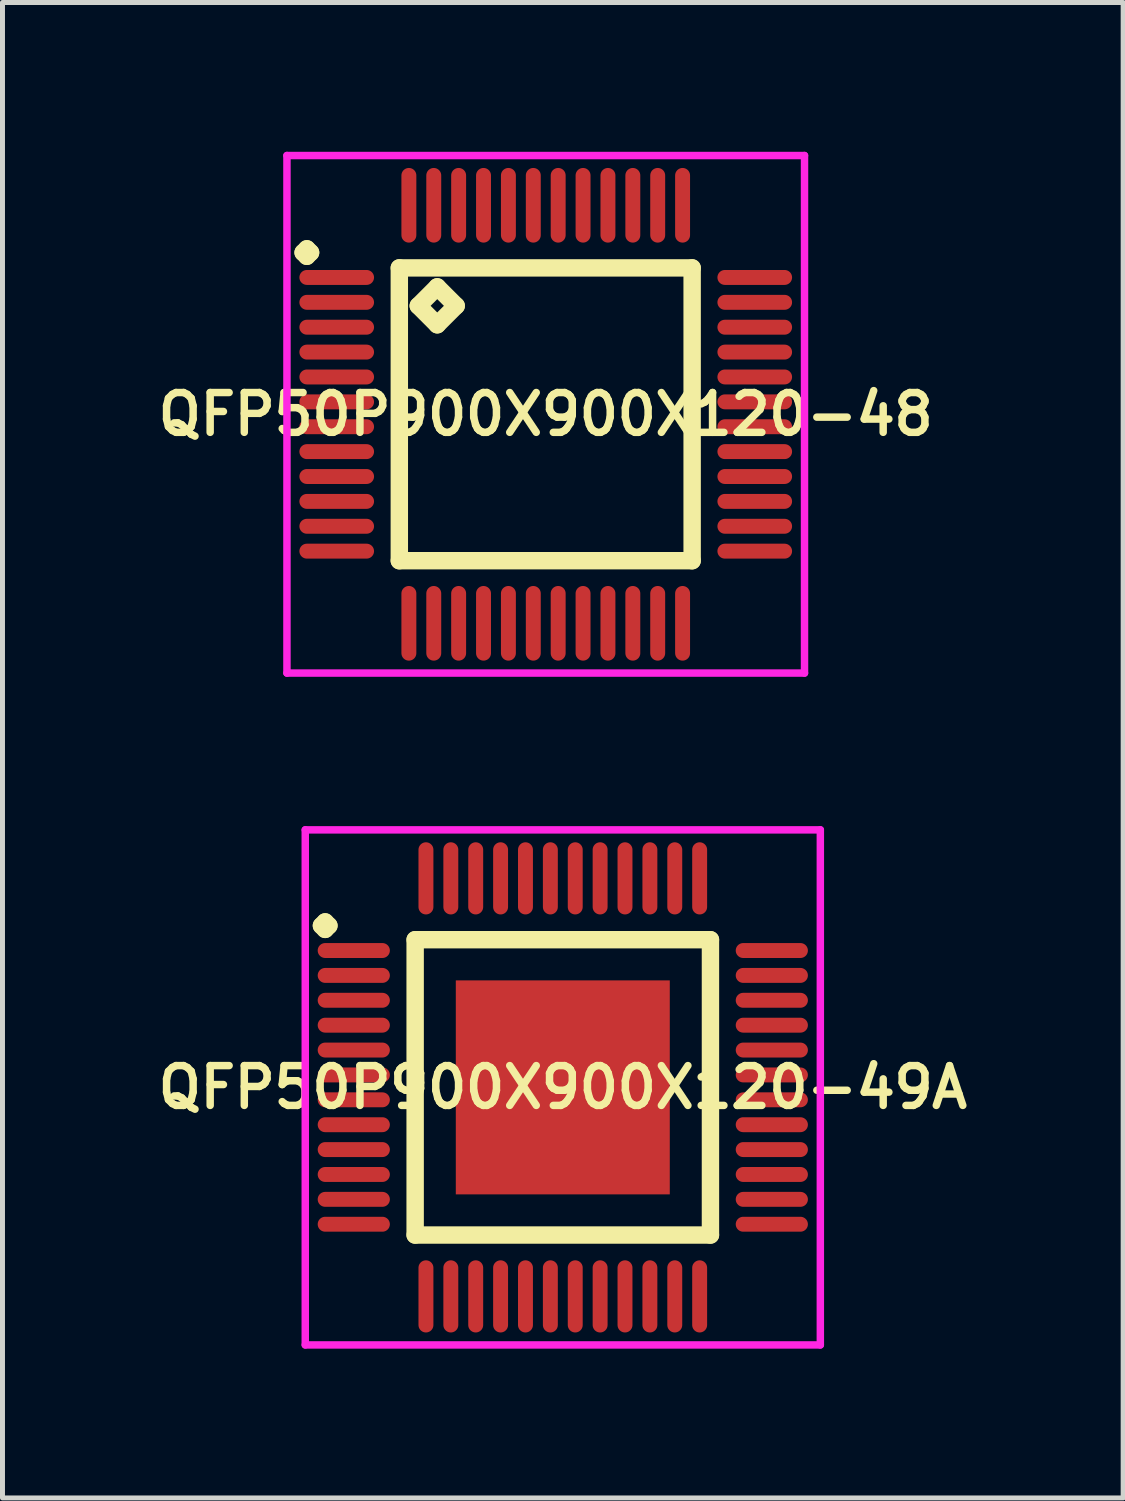
<source format=kicad_pcb>
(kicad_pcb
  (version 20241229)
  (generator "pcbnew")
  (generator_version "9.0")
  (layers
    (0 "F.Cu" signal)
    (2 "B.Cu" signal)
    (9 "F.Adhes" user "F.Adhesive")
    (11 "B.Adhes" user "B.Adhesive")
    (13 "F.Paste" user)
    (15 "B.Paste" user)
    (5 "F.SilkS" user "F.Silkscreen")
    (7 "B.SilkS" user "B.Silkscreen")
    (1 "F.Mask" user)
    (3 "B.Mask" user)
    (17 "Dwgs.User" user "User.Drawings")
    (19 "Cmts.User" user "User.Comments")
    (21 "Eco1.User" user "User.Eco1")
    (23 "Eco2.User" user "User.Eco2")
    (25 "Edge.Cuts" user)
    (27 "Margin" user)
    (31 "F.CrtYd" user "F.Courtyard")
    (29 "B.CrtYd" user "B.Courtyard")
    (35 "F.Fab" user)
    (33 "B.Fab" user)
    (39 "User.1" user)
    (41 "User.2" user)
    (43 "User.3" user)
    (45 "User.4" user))
  (footprint "QFP50P900X900X120-49A"
    (layer "F.Cu")
    (at 8.259 18.8)
    (property "Reference" "QFP50P900X900X120-49A" (at 0 0 0) (layer "F.SilkS") (effects (font (size 0.8 0.8) (thickness 0.15))))
    (attr smd)
    (fp_line (start -4.85 -3.25) (end -4.775 -3.325) (stroke (width 0.35) (type solid)) (layer "F.SilkS"))
    (fp_line (start -4.775 -3.325) (end -4.7 -3.25) (stroke (width 0.35) (type solid)) (layer "F.SilkS"))
    (fp_line (start -4.775 -3.175) (end -4.85 -3.25) (stroke (width 0.35) (type solid)) (layer "F.SilkS"))
    (fp_line (start -4.7 -3.25) (end -4.775 -3.175) (stroke (width 0.35) (type solid)) (layer "F.SilkS"))
    (fp_line (start -2.967 -2.967) (end -2.967 2.967) (stroke (width 0.35) (type solid)) (layer "F.SilkS"))
    (fp_line (start -2.967 2.967) (end 2.967 2.967) (stroke (width 0.35) (type solid)) (layer "F.SilkS"))
    (fp_line (start 2.967 -2.967) (end -2.967 -2.967) (stroke (width 0.35) (type solid)) (layer "F.SilkS"))
    (fp_line (start 2.967 2.967) (end 2.967 -2.967) (stroke (width 0.35) (type solid)) (layer "F.SilkS"))
    (fp_line (start -5.175 -5.175) (end 5.175 -5.175) (stroke (width 0.15) (type solid)) (layer "F.CrtYd"))
    (fp_line (start -5.175 5.175) (end -5.175 -5.175) (stroke (width 0.15) (type solid)) (layer "F.CrtYd"))
    (fp_line (start 5.175 -5.175) (end 5.175 5.175) (stroke (width 0.15) (type solid)) (layer "F.CrtYd"))
    (fp_line (start 5.175 5.175) (end -5.175 5.175) (stroke (width 0.15) (type solid)) (layer "F.CrtYd"))
    (pad "1" smd oval (at -4.2 -2.75) (size 1.45 0.3) (layers "F.Cu" "F.Mask" "F.Paste"))
    (pad "2" smd oval (at -4.2 -2.25) (size 1.45 0.3) (layers "F.Cu" "F.Mask" "F.Paste"))
    (pad "3" smd oval (at -4.2 -1.75) (size 1.45 0.3) (layers "F.Cu" "F.Mask" "F.Paste"))
    (pad "4" smd oval (at -4.2 -1.25) (size 1.45 0.3) (layers "F.Cu" "F.Mask" "F.Paste"))
    (pad "5" smd oval (at -4.2 -0.75) (size 1.45 0.3) (layers "F.Cu" "F.Mask" "F.Paste"))
    (pad "6" smd oval (at -4.2 -0.25) (size 1.45 0.3) (layers "F.Cu" "F.Mask" "F.Paste"))
    (pad "7" smd oval (at -4.2 0.25) (size 1.45 0.3) (layers "F.Cu" "F.Mask" "F.Paste"))
    (pad "8" smd oval (at -4.2 0.75) (size 1.45 0.3) (layers "F.Cu" "F.Mask" "F.Paste"))
    (pad "9" smd oval (at -4.2 1.25) (size 1.45 0.3) (layers "F.Cu" "F.Mask" "F.Paste"))
    (pad "10" smd oval (at -4.2 1.75) (size 1.45 0.3) (layers "F.Cu" "F.Mask" "F.Paste"))
    (pad "11" smd oval (at -4.2 2.25) (size 1.45 0.3) (layers "F.Cu" "F.Mask" "F.Paste"))
    (pad "12" smd oval (at -4.2 2.75) (size 1.45 0.3) (layers "F.Cu" "F.Mask" "F.Paste"))
    (pad "13" smd oval (at -2.75 4.2) (size 0.3 1.45) (layers "F.Cu" "F.Mask" "F.Paste"))
    (pad "14" smd oval (at -2.25 4.2) (size 0.3 1.45) (layers "F.Cu" "F.Mask" "F.Paste"))
    (pad "15" smd oval (at -1.75 4.2) (size 0.3 1.45) (layers "F.Cu" "F.Mask" "F.Paste"))
    (pad "16" smd oval (at -1.25 4.2) (size 0.3 1.45) (layers "F.Cu" "F.Mask" "F.Paste"))
    (pad "17" smd oval (at -0.75 4.2) (size 0.3 1.45) (layers "F.Cu" "F.Mask" "F.Paste"))
    (pad "18" smd oval (at -0.25 4.2) (size 0.3 1.45) (layers "F.Cu" "F.Mask" "F.Paste"))
    (pad "19" smd oval (at 0.25 4.2) (size 0.3 1.45) (layers "F.Cu" "F.Mask" "F.Paste"))
    (pad "20" smd oval (at 0.75 4.2) (size 0.3 1.45) (layers "F.Cu" "F.Mask" "F.Paste"))
    (pad "21" smd oval (at 1.25 4.2) (size 0.3 1.45) (layers "F.Cu" "F.Mask" "F.Paste"))
    (pad "22" smd oval (at 1.75 4.2) (size 0.3 1.45) (layers "F.Cu" "F.Mask" "F.Paste"))
    (pad "23" smd oval (at 2.25 4.2) (size 0.3 1.45) (layers "F.Cu" "F.Mask" "F.Paste"))
    (pad "24" smd oval (at 2.75 4.2) (size 0.3 1.45) (layers "F.Cu" "F.Mask" "F.Paste"))
    (pad "25" smd oval (at 4.2 2.75) (size 1.45 0.3) (layers "F.Cu" "F.Mask" "F.Paste"))
    (pad "26" smd oval (at 4.2 2.25) (size 1.45 0.3) (layers "F.Cu" "F.Mask" "F.Paste"))
    (pad "27" smd oval (at 4.2 1.75) (size 1.45 0.3) (layers "F.Cu" "F.Mask" "F.Paste"))
    (pad "28" smd oval (at 4.2 1.25) (size 1.45 0.3) (layers "F.Cu" "F.Mask" "F.Paste"))
    (pad "29" smd oval (at 4.2 0.75) (size 1.45 0.3) (layers "F.Cu" "F.Mask" "F.Paste"))
    (pad "30" smd oval (at 4.2 0.25) (size 1.45 0.3) (layers "F.Cu" "F.Mask" "F.Paste"))
    (pad "31" smd oval (at 4.2 -0.25) (size 1.45 0.3) (layers "F.Cu" "F.Mask" "F.Paste"))
    (pad "32" smd oval (at 4.2 -0.75) (size 1.45 0.3) (layers "F.Cu" "F.Mask" "F.Paste"))
    (pad "33" smd oval (at 4.2 -1.25) (size 1.45 0.3) (layers "F.Cu" "F.Mask" "F.Paste"))
    (pad "34" smd oval (at 4.2 -1.75) (size 1.45 0.3) (layers "F.Cu" "F.Mask" "F.Paste"))
    (pad "35" smd oval (at 4.2 -2.25) (size 1.45 0.3) (layers "F.Cu" "F.Mask" "F.Paste"))
    (pad "36" smd oval (at 4.2 -2.75) (size 1.45 0.3) (layers "F.Cu" "F.Mask" "F.Paste"))
    (pad "37" smd oval (at 2.75 -4.2) (size 0.3 1.45) (layers "F.Cu" "F.Mask" "F.Paste"))
    (pad "38" smd oval (at 2.25 -4.2) (size 0.3 1.45) (layers "F.Cu" "F.Mask" "F.Paste"))
    (pad "39" smd oval (at 1.75 -4.2) (size 0.3 1.45) (layers "F.Cu" "F.Mask" "F.Paste"))
    (pad "40" smd oval (at 1.25 -4.2) (size 0.3 1.45) (layers "F.Cu" "F.Mask" "F.Paste"))
    (pad "41" smd oval (at 0.75 -4.2) (size 0.3 1.45) (layers "F.Cu" "F.Mask" "F.Paste"))
    (pad "42" smd oval (at 0.25 -4.2) (size 0.3 1.45) (layers "F.Cu" "F.Mask" "F.Paste"))
    (pad "43" smd oval (at -0.25 -4.2) (size 0.3 1.45) (layers "F.Cu" "F.Mask" "F.Paste"))
    (pad "44" smd oval (at -0.75 -4.2) (size 0.3 1.45) (layers "F.Cu" "F.Mask" "F.Paste"))
    (pad "45" smd oval (at -1.25 -4.2) (size 0.3 1.45) (layers "F.Cu" "F.Mask" "F.Paste"))
    (pad "46" smd oval (at -1.75 -4.2) (size 0.3 1.45) (layers "F.Cu" "F.Mask" "F.Paste"))
    (pad "47" smd oval (at -2.25 -4.2) (size 0.3 1.45) (layers "F.Cu" "F.Mask" "F.Paste"))
    (pad "48" smd oval (at -2.75 -4.2) (size 0.3 1.45) (layers "F.Cu" "F.Mask" "F.Paste"))
    (pad "49" smd rect (at 0 0) (size 4.3 4.3) (layers "F.Cu" "F.Mask" "F.Paste")))
  (footprint "QFP50P900X900X120-48"
    (layer "F.Cu")
    (at 7.916 5.275)
    (property "Reference" "QFP50P900X900X120-48" (at 0 0 0) (layer "F.SilkS") (effects (font (size 0.8 0.8) (thickness 0.15))))
    (attr smd)
    (fp_line (start -4.875 -3.25) (end -4.8 -3.325) (stroke (width 0.35) (type solid)) (layer "F.SilkS"))
    (fp_line (start -4.8 -3.325) (end -4.725 -3.25) (stroke (width 0.35) (type solid)) (layer "F.SilkS"))
    (fp_line (start -4.8 -3.175) (end -4.875 -3.25) (stroke (width 0.35) (type solid)) (layer "F.SilkS"))
    (fp_line (start -4.725 -3.25) (end -4.8 -3.175) (stroke (width 0.35) (type solid)) (layer "F.SilkS"))
    (fp_line (start -2.942 -2.942) (end -2.942 2.942) (stroke (width 0.35) (type solid)) (layer "F.SilkS"))
    (fp_line (start -2.942 2.942) (end 2.942 2.942) (stroke (width 0.35) (type solid)) (layer "F.SilkS"))
    (fp_line (start -2.561 -2.18) (end -2.18 -2.561) (stroke (width 0.35) (type solid)) (layer "F.SilkS"))
    (fp_line (start -2.18 -2.561) (end -1.799 -2.18) (stroke (width 0.35) (type solid)) (layer "F.SilkS"))
    (fp_line (start -2.18 -1.799) (end -2.561 -2.18) (stroke (width 0.35) (type solid)) (layer "F.SilkS"))
    (fp_line (start -1.799 -2.18) (end -2.18 -1.799) (stroke (width 0.35) (type solid)) (layer "F.SilkS"))
    (fp_line (start 2.942 -2.942) (end -2.942 -2.942) (stroke (width 0.35) (type solid)) (layer "F.SilkS"))
    (fp_line (start 2.942 2.942) (end 2.942 -2.942) (stroke (width 0.35) (type solid)) (layer "F.SilkS"))
    (fp_line (start -5.2 -5.2) (end 5.2 -5.2) (stroke (width 0.15) (type solid)) (layer "F.CrtYd"))
    (fp_line (start -5.2 5.2) (end -5.2 -5.2) (stroke (width 0.15) (type solid)) (layer "F.CrtYd"))
    (fp_line (start 5.2 -5.2) (end 5.2 5.2) (stroke (width 0.15) (type solid)) (layer "F.CrtYd"))
    (fp_line (start 5.2 5.2) (end -5.2 5.2) (stroke (width 0.15) (type solid)) (layer "F.CrtYd"))
    (pad "1" smd oval (at -4.2 -2.75) (size 1.5 0.3) (layers "F.Cu" "F.Mask" "F.Paste"))
    (pad "2" smd oval (at -4.2 -2.25) (size 1.5 0.3) (layers "F.Cu" "F.Mask" "F.Paste"))
    (pad "3" smd oval (at -4.2 -1.75) (size 1.5 0.3) (layers "F.Cu" "F.Mask" "F.Paste"))
    (pad "4" smd oval (at -4.2 -1.25) (size 1.5 0.3) (layers "F.Cu" "F.Mask" "F.Paste"))
    (pad "5" smd oval (at -4.2 -0.75) (size 1.5 0.3) (layers "F.Cu" "F.Mask" "F.Paste"))
    (pad "6" smd oval (at -4.2 -0.25) (size 1.5 0.3) (layers "F.Cu" "F.Mask" "F.Paste"))
    (pad "7" smd oval (at -4.2 0.25) (size 1.5 0.3) (layers "F.Cu" "F.Mask" "F.Paste"))
    (pad "8" smd oval (at -4.2 0.75) (size 1.5 0.3) (layers "F.Cu" "F.Mask" "F.Paste"))
    (pad "9" smd oval (at -4.2 1.25) (size 1.5 0.3) (layers "F.Cu" "F.Mask" "F.Paste"))
    (pad "10" smd oval (at -4.2 1.75) (size 1.5 0.3) (layers "F.Cu" "F.Mask" "F.Paste"))
    (pad "11" smd oval (at -4.2 2.25) (size 1.5 0.3) (layers "F.Cu" "F.Mask" "F.Paste"))
    (pad "12" smd oval (at -4.2 2.75) (size 1.5 0.3) (layers "F.Cu" "F.Mask" "F.Paste"))
    (pad "13" smd oval (at -2.75 4.2) (size 0.3 1.5) (layers "F.Cu" "F.Mask" "F.Paste"))
    (pad "14" smd oval (at -2.25 4.2) (size 0.3 1.5) (layers "F.Cu" "F.Mask" "F.Paste"))
    (pad "15" smd oval (at -1.75 4.2) (size 0.3 1.5) (layers "F.Cu" "F.Mask" "F.Paste"))
    (pad "16" smd oval (at -1.25 4.2) (size 0.3 1.5) (layers "F.Cu" "F.Mask" "F.Paste"))
    (pad "17" smd oval (at -0.75 4.2) (size 0.3 1.5) (layers "F.Cu" "F.Mask" "F.Paste"))
    (pad "18" smd oval (at -0.25 4.2) (size 0.3 1.5) (layers "F.Cu" "F.Mask" "F.Paste"))
    (pad "19" smd oval (at 0.25 4.2) (size 0.3 1.5) (layers "F.Cu" "F.Mask" "F.Paste"))
    (pad "20" smd oval (at 0.75 4.2) (size 0.3 1.5) (layers "F.Cu" "F.Mask" "F.Paste"))
    (pad "21" smd oval (at 1.25 4.2) (size 0.3 1.5) (layers "F.Cu" "F.Mask" "F.Paste"))
    (pad "22" smd oval (at 1.75 4.2) (size 0.3 1.5) (layers "F.Cu" "F.Mask" "F.Paste"))
    (pad "23" smd oval (at 2.25 4.2) (size 0.3 1.5) (layers "F.Cu" "F.Mask" "F.Paste"))
    (pad "24" smd oval (at 2.75 4.2) (size 0.3 1.5) (layers "F.Cu" "F.Mask" "F.Paste"))
    (pad "25" smd oval (at 4.2 2.75) (size 1.5 0.3) (layers "F.Cu" "F.Mask" "F.Paste"))
    (pad "26" smd oval (at 4.2 2.25) (size 1.5 0.3) (layers "F.Cu" "F.Mask" "F.Paste"))
    (pad "27" smd oval (at 4.2 1.75) (size 1.5 0.3) (layers "F.Cu" "F.Mask" "F.Paste"))
    (pad "28" smd oval (at 4.2 1.25) (size 1.5 0.3) (layers "F.Cu" "F.Mask" "F.Paste"))
    (pad "29" smd oval (at 4.2 0.75) (size 1.5 0.3) (layers "F.Cu" "F.Mask" "F.Paste"))
    (pad "30" smd oval (at 4.2 0.25) (size 1.5 0.3) (layers "F.Cu" "F.Mask" "F.Paste"))
    (pad "31" smd oval (at 4.2 -0.25) (size 1.5 0.3) (layers "F.Cu" "F.Mask" "F.Paste"))
    (pad "32" smd oval (at 4.2 -0.75) (size 1.5 0.3) (layers "F.Cu" "F.Mask" "F.Paste"))
    (pad "33" smd oval (at 4.2 -1.25) (size 1.5 0.3) (layers "F.Cu" "F.Mask" "F.Paste"))
    (pad "34" smd oval (at 4.2 -1.75) (size 1.5 0.3) (layers "F.Cu" "F.Mask" "F.Paste"))
    (pad "35" smd oval (at 4.2 -2.25) (size 1.5 0.3) (layers "F.Cu" "F.Mask" "F.Paste"))
    (pad "36" smd oval (at 4.2 -2.75) (size 1.5 0.3) (layers "F.Cu" "F.Mask" "F.Paste"))
    (pad "37" smd oval (at 2.75 -4.2) (size 0.3 1.5) (layers "F.Cu" "F.Mask" "F.Paste"))
    (pad "38" smd oval (at 2.25 -4.2) (size 0.3 1.5) (layers "F.Cu" "F.Mask" "F.Paste"))
    (pad "39" smd oval (at 1.75 -4.2) (size 0.3 1.5) (layers "F.Cu" "F.Mask" "F.Paste"))
    (pad "40" smd oval (at 1.25 -4.2) (size 0.3 1.5) (layers "F.Cu" "F.Mask" "F.Paste"))
    (pad "41" smd oval (at 0.75 -4.2) (size 0.3 1.5) (layers "F.Cu" "F.Mask" "F.Paste"))
    (pad "42" smd oval (at 0.25 -4.2) (size 0.3 1.5) (layers "F.Cu" "F.Mask" "F.Paste"))
    (pad "43" smd oval (at -0.25 -4.2) (size 0.3 1.5) (layers "F.Cu" "F.Mask" "F.Paste"))
    (pad "44" smd oval (at -0.75 -4.2) (size 0.3 1.5) (layers "F.Cu" "F.Mask" "F.Paste"))
    (pad "45" smd oval (at -1.25 -4.2) (size 0.3 1.5) (layers "F.Cu" "F.Mask" "F.Paste"))
    (pad "46" smd oval (at -1.75 -4.2) (size 0.3 1.5) (layers "F.Cu" "F.Mask" "F.Paste"))
    (pad "47" smd oval (at -2.25 -4.2) (size 0.3 1.5) (layers "F.Cu" "F.Mask" "F.Paste"))
    (pad "48" smd oval (at -2.75 -4.2) (size 0.3 1.5) (layers "F.Cu" "F.Mask" "F.Paste")))
  (gr_rect
    (start -3 -3)
    (end 19.519 27.05)
    (stroke (width 0.1) (type default))
    (fill no)
    (layer "Edge.Cuts")))
</source>
